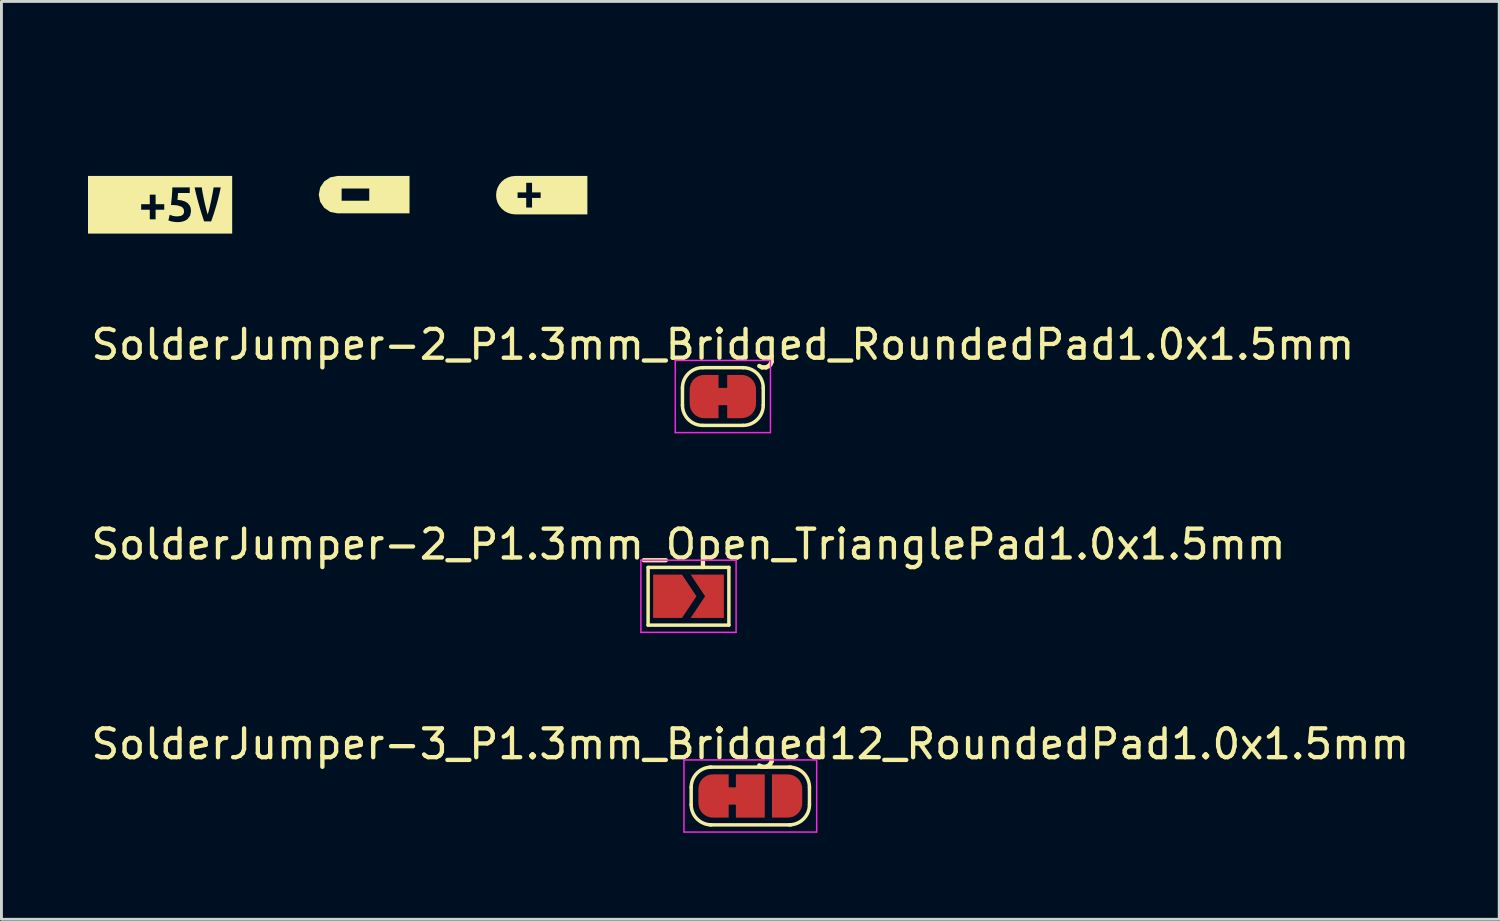
<source format=kicad_pcb>
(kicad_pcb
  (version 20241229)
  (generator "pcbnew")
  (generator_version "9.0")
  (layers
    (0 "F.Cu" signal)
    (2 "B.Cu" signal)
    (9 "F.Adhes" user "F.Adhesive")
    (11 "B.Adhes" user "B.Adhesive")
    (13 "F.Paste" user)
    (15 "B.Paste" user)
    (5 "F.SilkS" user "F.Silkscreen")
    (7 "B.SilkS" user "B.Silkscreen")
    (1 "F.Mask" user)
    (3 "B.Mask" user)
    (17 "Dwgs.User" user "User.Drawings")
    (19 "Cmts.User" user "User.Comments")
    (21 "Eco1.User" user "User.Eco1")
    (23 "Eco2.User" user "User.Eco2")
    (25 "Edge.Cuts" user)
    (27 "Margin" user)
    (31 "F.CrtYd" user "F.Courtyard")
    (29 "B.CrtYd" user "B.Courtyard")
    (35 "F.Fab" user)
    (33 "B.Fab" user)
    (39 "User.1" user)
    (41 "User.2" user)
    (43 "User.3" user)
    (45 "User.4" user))
  (footprint "SolderJumper-3_P1.3mm_Bridged12_RoundedPad1.0x1.5mm"
    (layer "F.Cu")
    (at 22.958 24.541)
    (property "Reference" "SolderJumper-3_P1.3mm_Bridged12_RoundedPad1.0x1.5mm" (at 0 -1.8 180) (layer "F.SilkS") (effects (font (size 1 1) (thickness 0.15))))
    (attr exclude_from_pos_files)
    (fp_poly (pts (xy -0.9 -0.3) (xy -0.4 -0.3) (xy -0.4 0.3) (xy -0.9 0.3)) (stroke (width 0) (type solid)) (fill yes) (layer "F.Cu"))
    (fp_line (start -2.05 0.3) (end -2.05 -0.3) (stroke (width 0.12) (type solid)) (layer "F.SilkS"))
    (fp_line (start -1.4 -1) (end 1.4 -1) (stroke (width 0.12) (type solid)) (layer "F.SilkS"))
    (fp_line (start 1.4 1) (end -1.4 1) (stroke (width 0.12) (type solid)) (layer "F.SilkS"))
    (fp_line (start 2.05 -0.3) (end 2.05 0.3) (stroke (width 0.12) (type solid)) (layer "F.SilkS"))
    (fp_arc (start -2.05 -0.3) (mid -1.844975 -0.794975) (end -1.35 -1) (stroke (width 0.12) (type solid)) (layer "F.SilkS"))
    (fp_arc (start -1.35 1) (mid -1.844975 0.794975) (end -2.05 0.3) (stroke (width 0.12) (type solid)) (layer "F.SilkS"))
    (fp_arc (start 1.35 -1) (mid 1.844975 -0.794975) (end 2.05 -0.3) (stroke (width 0.12) (type solid)) (layer "F.SilkS"))
    (fp_arc (start 2.05 0.3) (mid 1.844975 0.794975) (end 1.35 1) (stroke (width 0.12) (type solid)) (layer "F.SilkS"))
    (fp_line (start -2.3 -1.25) (end -2.3 1.25) (stroke (width 0.05) (type solid)) (layer "F.CrtYd"))
    (fp_line (start -2.3 -1.25) (end 2.3 -1.25) (stroke (width 0.05) (type solid)) (layer "F.CrtYd"))
    (fp_line (start 2.3 1.25) (end -2.3 1.25) (stroke (width 0.05) (type solid)) (layer "F.CrtYd"))
    (fp_line (start 2.3 1.25) (end 2.3 -1.25) (stroke (width 0.05) (type solid)) (layer "F.CrtYd"))
    (pad "1" smd custom (at -1.3 0) (size 1 0.5) (layers "F.Cu" "F.Mask") (options (anchor rect)) (primitives (gr_circle (center 0 0.25) (end 0.5 0.25) (width 0) (fill yes)) (gr_circle (center 0 -0.25) (end 0.5 -0.25) (width 0) (fill yes)) (gr_poly (pts (xy 0.55 0.75) (xy 0 0.75) (xy 0 -0.75) (xy 0.55 -0.75)) (width 0) (fill yes))))
    (pad "2" smd rect (at 0 0) (size 1 1.5) (layers "F.Cu" "F.Mask"))
    (pad "3" smd custom (at 1.3 0) (size 1 0.5) (layers "F.Cu" "F.Mask") (options (anchor rect)) (primitives (gr_circle (center 0 0.25) (end 0.5 0.25) (width 0) (fill yes)) (gr_circle (center 0 -0.25) (end 0.5 -0.25) (width 0) (fill yes)) (gr_poly (pts (xy 0 0.75) (xy -0.55 0.75) (xy -0.55 -0.75) (xy 0 -0.75)) (width 0) (fill yes)))))
  (footprint "SolderJumper-2_P1.3mm_Open_TrianglePad1.0x1.5mm"
    (layer "F.Cu")
    (at 20.815 17.618)
    (property "Reference" "SolderJumper-2_P1.3mm_Open_TrianglePad1.0x1.5mm" (at 0 -1.8 0) (layer "F.SilkS") (effects (font (size 1 1) (thickness 0.15))))
    (attr exclude_from_pos_files)
    (fp_line (start -1.4 -1) (end 1.4 -1) (stroke (width 0.12) (type solid)) (layer "F.SilkS"))
    (fp_line (start -1.4 1) (end -1.4 -1) (stroke (width 0.12) (type solid)) (layer "F.SilkS"))
    (fp_line (start 1.4 -1) (end 1.4 1) (stroke (width 0.12) (type solid)) (layer "F.SilkS"))
    (fp_line (start 1.4 1) (end -1.4 1) (stroke (width 0.12) (type solid)) (layer "F.SilkS"))
    (fp_line (start -1.65 -1.25) (end -1.65 1.25) (stroke (width 0.05) (type solid)) (layer "F.CrtYd"))
    (fp_line (start -1.65 -1.25) (end 1.65 -1.25) (stroke (width 0.05) (type solid)) (layer "F.CrtYd"))
    (fp_line (start 1.65 1.25) (end -1.65 1.25) (stroke (width 0.05) (type solid)) (layer "F.CrtYd"))
    (fp_line (start 1.65 1.25) (end 1.65 -1.25) (stroke (width 0.05) (type solid)) (layer "F.CrtYd"))
    (pad "1" smd custom (at -0.725 0) (size 0.3 0.3) (layers "F.Cu" "F.Mask") (options (anchor rect)) (primitives (gr_poly (pts (xy 1 0) (xy 0.5 0.75) (xy -0.5 0.75) (xy -0.5 -0.75) (xy 0.5 -0.75)) (width 0) (fill yes))))
    (pad "2" smd custom (at 0.725 0) (size 0.3 0.3) (layers "F.Cu" "F.Mask") (options (anchor rect)) (primitives (gr_poly (pts (xy 0.5 0.75) (xy -0.65 0.75) (xy -0.15 0) (xy -0.65 -0.75) (xy 0.5 -0.75)) (width 0) (fill yes)))))
  (footprint "kibuzzard-6452C2AB"
    (layer "F.Cu")
    (at 2.499 4.048)
    (property "Reference" "kibuzzard-6452C2AB" (at 0 -4.047 0) (layer "F.SilkS") (effects (font (size 0.001 0.001) (thickness 0.15))))
    (attr board_only exclude_from_pos_files exclude_from_bom)
    (fp_poly (pts (xy -2.102 -0.999) (xy -2.499 -0.999) (xy -2.499 0.999) (xy -2.102 0.999) (xy -0.155 0.999) (xy -0.155 0.505) (xy -0.357 0.505) (xy -0.357 0.173) (xy -0.656 0.173) (xy -0.656 -0.019) (xy -0.357 -0.019) (xy -0.357 -0.351) (xy -0.155 -0.351) (xy -0.155 -0.019) (xy 0.144 -0.019) (xy 0.144 0.173) (xy -0.155 0.173) (xy -0.155 0.505) (xy -0.155 0.999) (xy 0.605 0.999) (xy 0.605 0.602) (xy 0.512 0.596) (xy 0.42 0.582) (xy 0.341 0.562) (xy 0.287 0.541) (xy 0.334 0.347) (xy 0.441 0.385) (xy 0.514 0.398) (xy 0.603 0.402) (xy 0.716 0.387) (xy 0.787 0.348) (xy 0.822 0.293) (xy 0.832 0.231) (xy 0.815 0.14) (xy 0.751 0.07) (xy 0.612 0.024) (xy 0.509 0.012) (xy 0.378 0.008) (xy 0.395 -0.151) (xy 0.409 -0.306) (xy 0.419 -0.456) (xy 0.426 -0.602) (xy 1.028 -0.602) (xy 1.028 -0.408) (xy 0.622 -0.408) (xy 0.612 -0.28) (xy 0.603 -0.171) (xy 0.747 -0.152) (xy 0.865 -0.114) (xy 0.955 -0.057) (xy 1.02 0.018) (xy 1.059 0.11) (xy 1.072 0.221) (xy 1.043 0.372) (xy 0.955 0.493) (xy 0.889 0.539) (xy 0.809 0.573) (xy 0.714 0.595) (xy 0.605 0.602) (xy 0.605 0.999) (xy 1.527 0.999) (xy 1.527 0.577) (xy 1.48 0.437) (xy 1.43 0.28) (xy 1.396 0.17) (xy 1.364 0.059) (xy 1.333 -0.05) (xy 1.303 -0.158) (xy 1.276 -0.262) (xy 1.251 -0.362) (xy 1.219 -0.495) (xy 1.197 -0.602) (xy 1.445 -0.602) (xy 1.459 -0.503) (xy 1.479 -0.39) (xy 1.503 -0.267) (xy 1.53 -0.14) (xy 1.558 -0.012) (xy 1.589 0.113) (xy 1.62 0.232) (xy 1.651 0.337) (xy 1.681 0.233) (xy 1.712 0.115) (xy 1.741 -0.01) (xy 1.769 -0.138) (xy 1.795 -0.265) (xy 1.818 -0.389) (xy 1.839 -0.503) (xy 1.856 -0.602) (xy 2.102 -0.602) (xy 2.077 -0.481) (xy 2.046 -0.347) (xy 2.01 -0.202) (xy 1.97 -0.05) (xy 1.94 0.054) (xy 1.909 0.159) (xy 1.876 0.266) (xy 1.841 0.372) (xy 1.805 0.476) (xy 1.769 0.577) (xy 1.527 0.577) (xy 1.527 0.999) (xy 2.102 0.999) (xy 2.499 0.999) (xy 2.499 -0.999) (xy 2.102 -0.999) (xy -2.102 -0.999)) (stroke (width 0) (type solid)) (fill yes) (layer "F.SilkS")))
  (footprint "SolderJumper-2_P1.3mm_Bridged_RoundedPad1.0x1.5mm"
    (layer "F.Cu")
    (at 22.006 10.695)
    (property "Reference" "SolderJumper-2_P1.3mm_Bridged_RoundedPad1.0x1.5mm" (at 0 -1.8 180) (layer "F.SilkS") (effects (font (size 1 1) (thickness 0.15))))
    (attr exclude_from_pos_files)
    (fp_poly (pts (xy 0.25 -0.3) (xy -0.25 -0.3) (xy -0.25 0.3) (xy 0.25 0.3)) (stroke (width 0) (type solid)) (fill yes) (layer "F.Cu"))
    (fp_line (start -1.4 0.3) (end -1.4 -0.3) (stroke (width 0.12) (type solid)) (layer "F.SilkS"))
    (fp_line (start -0.7 -1) (end 0.7 -1) (stroke (width 0.12) (type solid)) (layer "F.SilkS"))
    (fp_line (start 0.7 1) (end -0.7 1) (stroke (width 0.12) (type solid)) (layer "F.SilkS"))
    (fp_line (start 1.4 -0.3) (end 1.4 0.3) (stroke (width 0.12) (type solid)) (layer "F.SilkS"))
    (fp_arc (start -1.4 -0.3) (mid -1.194975 -0.794975) (end -0.7 -1) (stroke (width 0.12) (type solid)) (layer "F.SilkS"))
    (fp_arc (start -0.7 1) (mid -1.194975 0.794975) (end -1.4 0.3) (stroke (width 0.12) (type solid)) (layer "F.SilkS"))
    (fp_arc (start 0.7 -1) (mid 1.194975 -0.794975) (end 1.4 -0.3) (stroke (width 0.12) (type solid)) (layer "F.SilkS"))
    (fp_arc (start 1.4 0.3) (mid 1.194975 0.794975) (end 0.7 1) (stroke (width 0.12) (type solid)) (layer "F.SilkS"))
    (fp_line (start -1.65 -1.25) (end -1.65 1.25) (stroke (width 0.05) (type solid)) (layer "F.CrtYd"))
    (fp_line (start -1.65 -1.25) (end 1.65 -1.25) (stroke (width 0.05) (type solid)) (layer "F.CrtYd"))
    (fp_line (start 1.65 1.25) (end -1.65 1.25) (stroke (width 0.05) (type solid)) (layer "F.CrtYd"))
    (fp_line (start 1.65 1.25) (end 1.65 -1.25) (stroke (width 0.05) (type solid)) (layer "F.CrtYd"))
    (pad "1" smd custom (at -0.65 0) (size 1 0.5) (layers "F.Cu" "F.Mask") (options (anchor rect)) (primitives (gr_circle (center 0 0.25) (end 0.5 0.25) (width 0) (fill yes)) (gr_circle (center 0 -0.25) (end 0.5 -0.25) (width 0) (fill yes)) (gr_poly (pts (xy 0.5 0.75) (xy 0 0.75) (xy 0 -0.75) (xy 0.5 -0.75)) (width 0) (fill yes))))
    (pad "2" smd custom (at 0.65 0) (size 1 0.5) (layers "F.Cu" "F.Mask") (options (anchor rect)) (primitives (gr_circle (center 0 0.25) (end 0.5 0.25) (width 0) (fill yes)) (gr_circle (center 0 -0.25) (end 0.5 -0.25) (width 0) (fill yes)) (gr_poly (pts (xy 0 0.75) (xy -0.5 0.75) (xy -0.5 -0.75) (xy 0 -0.75)) (width 0) (fill yes)))))
  (footprint "kibuzzard-6457943A"
    (layer "F.Cu")
    (at 15.728 3.715)
    (property "Reference" "kibuzzard-6457943A" (at 0 -3.714 180) (layer "F.SilkS") (effects (font (size 0.001 0.001) (thickness 0.15))))
    (attr board_only exclude_from_pos_files exclude_from_bom)
    (fp_poly (pts (xy -0.837 -0.666) (xy -0.917 -0.666) (xy -1.047 -0.653) (xy -1.171 -0.615) (xy -1.287 -0.554) (xy -1.387 -0.471) (xy -1.47 -0.37) (xy -1.532 -0.255) (xy -1.57 -0.13) (xy -1.582 0) (xy -1.57 0.13) (xy -1.532 0.255) (xy -1.47 0.37) (xy -1.387 0.471) (xy -1.287 0.554) (xy -1.171 0.615) (xy -1.047 0.653) (xy -0.917 0.666) (xy -0.837 0.666) (xy -0.336 0.666) (xy -0.336 0.428) (xy -0.538 0.428) (xy -0.538 0.096) (xy -0.837 0.096) (xy -0.837 -0.096) (xy -0.538 -0.096) (xy -0.538 -0.428) (xy -0.336 -0.428) (xy -0.336 -0.096) (xy -0.037 -0.096) (xy -0.037 0.096) (xy -0.336 0.096) (xy -0.336 0.428) (xy -0.336 0.666) (xy 1.503 0.666) (xy 1.582 0.666) (xy 1.582 -0.666) (xy 1.503 -0.666) (xy -0.837 -0.666)) (stroke (width 0) (type solid)) (fill yes) (layer "F.SilkS")))
  (footprint "kibuzzard-645795A5"
    (layer "F.Cu")
    (at 9.572 3.697)
    (property "Reference" "kibuzzard-645795A5" (at 0 -3.696 0) (layer "F.SilkS") (effects (font (size 0.001 0.001) (thickness 0.15))))
    (attr board_only exclude_from_pos_files exclude_from_bom)
    (fp_poly (pts (xy -0.78 -0.648) (xy -0.926 -0.648) (xy -1.174 -0.599) (xy -1.384 -0.458) (xy -1.524 -0.248) (xy -1.573 0) (xy -1.524 0.248) (xy -1.384 0.458) (xy -1.174 0.599) (xy -0.926 0.648) (xy -0.78 0.648) (xy 0.177 0.648) (xy 0.177 0.211) (xy -0.78 0.211) (xy -0.78 -0.211) (xy 0.177 -0.211) (xy 0.177 0.211) (xy 0.177 0.648) (xy 1.428 0.648) (xy 1.573 0.648) (xy 1.573 -0.648) (xy 1.428 -0.648) (xy -0.78 -0.648)) (stroke (width 0) (type solid)) (fill yes) (layer "F.SilkS")))
  (gr_rect
    (start -3 -3)
    (end 48.917 28.816)
    (stroke (width 0.1) (type default))
    (fill no)
    (layer "Edge.Cuts")))
</source>
